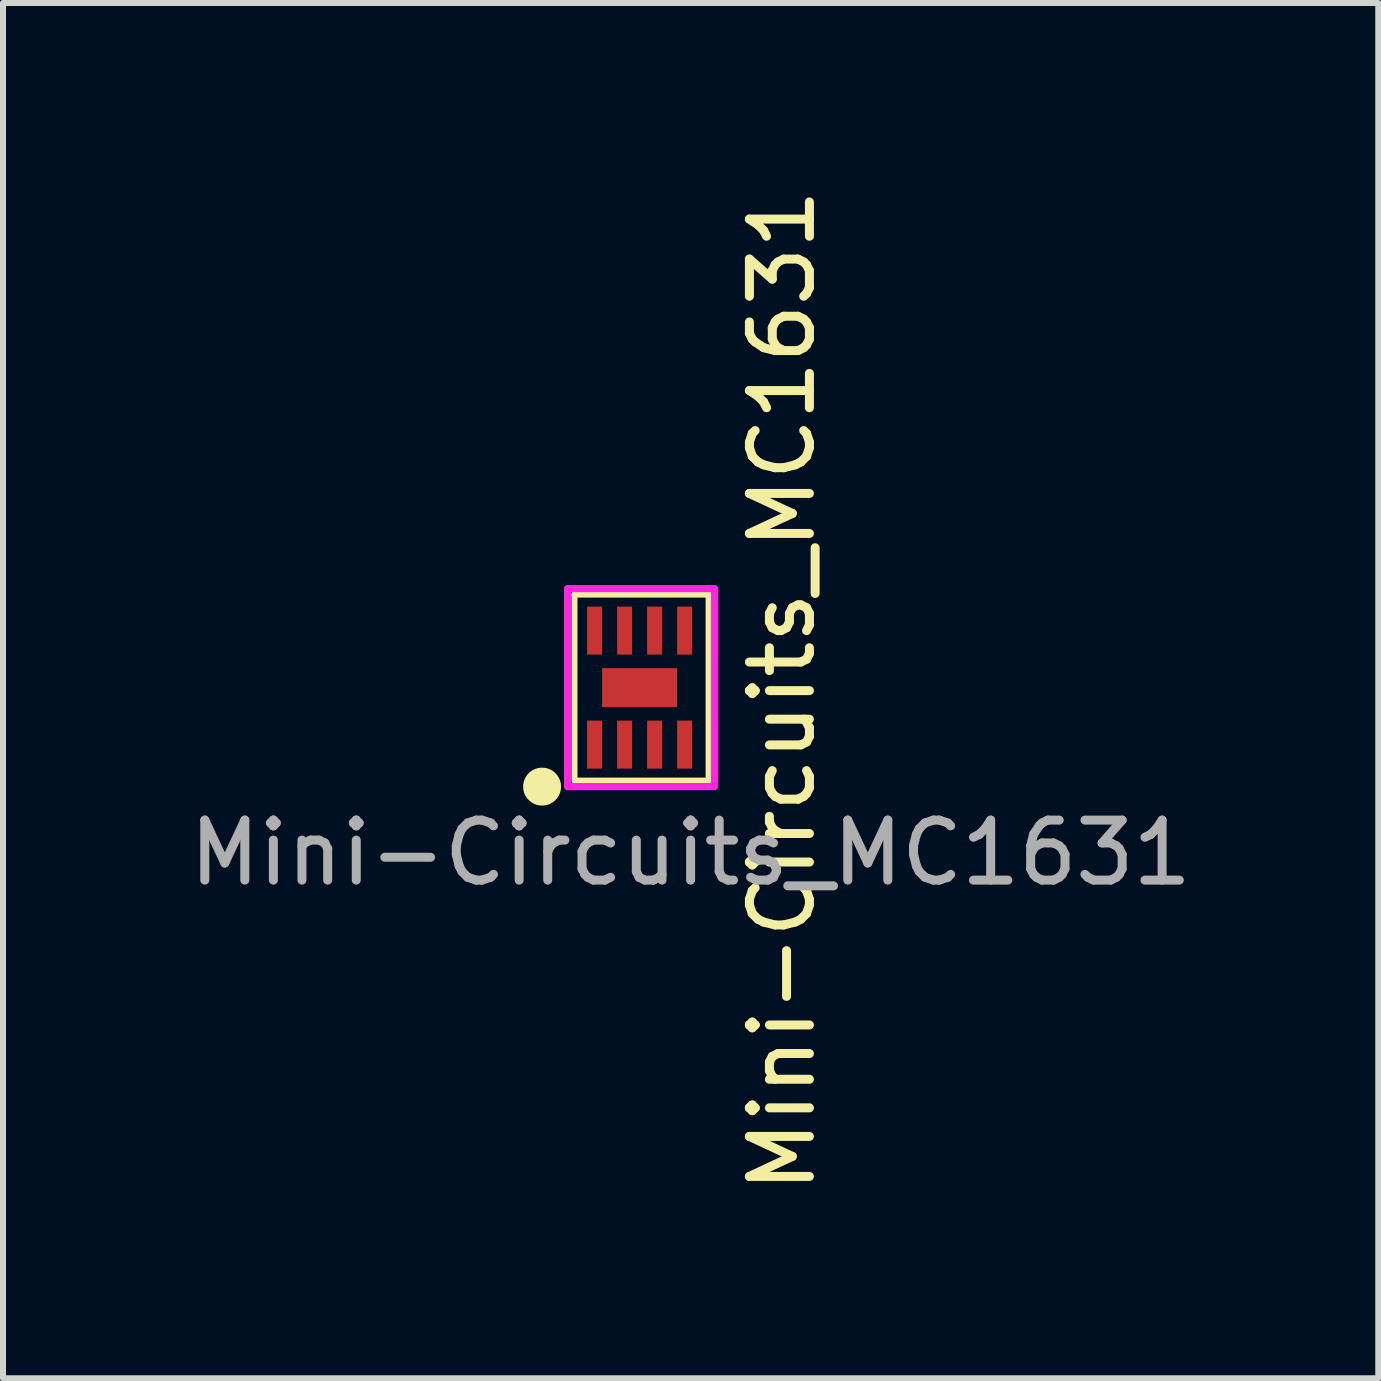
<source format=kicad_pcb>
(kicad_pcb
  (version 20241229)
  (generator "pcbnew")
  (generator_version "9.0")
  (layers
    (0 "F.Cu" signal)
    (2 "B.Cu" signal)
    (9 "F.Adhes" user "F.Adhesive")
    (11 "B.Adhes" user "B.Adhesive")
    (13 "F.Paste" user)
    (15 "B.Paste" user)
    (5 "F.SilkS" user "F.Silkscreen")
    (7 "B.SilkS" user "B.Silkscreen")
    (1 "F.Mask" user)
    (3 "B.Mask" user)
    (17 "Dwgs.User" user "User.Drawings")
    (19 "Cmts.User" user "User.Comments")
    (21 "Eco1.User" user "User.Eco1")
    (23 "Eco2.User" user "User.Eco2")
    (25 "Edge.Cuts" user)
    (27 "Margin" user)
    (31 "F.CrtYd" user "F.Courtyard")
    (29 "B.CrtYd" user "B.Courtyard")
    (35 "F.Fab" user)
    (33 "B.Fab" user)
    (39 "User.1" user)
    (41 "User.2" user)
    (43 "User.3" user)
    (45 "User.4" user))
  (footprint "Mini-Circuits_MC1631"
    (layer "F.Cu")
    (at 6.858 9.358)
    (property "Reference" "Mini-Circuits_MC1631" (at 3.125 -0.9 90) (layer "F.SilkS") (effects (font (size 1 1) (thickness 0.15))))
    (attr smd)
    (fp_line (start -0.335 -2.5) (end -0.335 0.6) (stroke (width 0.1) (type solid)) (layer "F.SilkS"))
    (fp_line (start -0.335 -2.5) (end 1.9 -2.5) (stroke (width 0.1) (type solid)) (layer "F.SilkS"))
    (fp_line (start 1.9 -2.5) (end 1.9 0.6) (stroke (width 0.1) (type solid)) (layer "F.SilkS"))
    (fp_line (start 1.9 0.6) (end -0.316 0.6) (stroke (width 0.1) (type solid)) (layer "F.SilkS"))
    (fp_circle (center -0.875 0.7) (end -0.609 0.7) (stroke (width 0.1) (type solid)) (fill yes) (layer "F.SilkS"))
    (fp_rect (start -0.45 -2.6) (end 2 0.7) (stroke (width 0.12) (type solid)) (fill no) (layer "F.CrtYd"))
    (fp_text user "${REFERENCE}" (at 1.6 1.803 0) (layer "F.Fab") (effects (font (size 1 1) (thickness 0.15))))
    (pad "0" smd rect (at 0.75 -0.95) (size 1.25 0.65) (layers "F.Cu" "F.Mask" "F.Paste"))
    (pad "1" smd rect (at 0 0) (size 0.25 0.8) (layers "F.Cu" "F.Mask" "F.Paste"))
    (pad "2" smd rect (at 0.5 0) (size 0.25 0.8) (layers "F.Cu" "F.Mask" "F.Paste"))
    (pad "3" smd rect (at 1 0) (size 0.25 0.8) (layers "F.Cu" "F.Mask" "F.Paste"))
    (pad "4" smd rect (at 1.5 0) (size 0.25 0.8) (layers "F.Cu" "F.Mask" "F.Paste"))
    (pad "5" smd rect (at 1.5 -1.9) (size 0.25 0.8) (layers "F.Cu" "F.Mask" "F.Paste"))
    (pad "6" smd rect (at 1 -1.9) (size 0.25 0.8) (layers "F.Cu" "F.Mask" "F.Paste"))
    (pad "7" smd rect (at 0.5 -1.9) (size 0.25 0.8) (layers "F.Cu" "F.Mask" "F.Paste"))
    (pad "8" smd rect (at 0 -1.9) (size 0.25 0.8) (layers "F.Cu" "F.Mask" "F.Paste")))
  (gr_rect
    (start -3 -3)
    (end 19.917 19.917)
    (stroke (width 0.1) (type default))
    (fill no)
    (layer "Edge.Cuts")))
</source>
